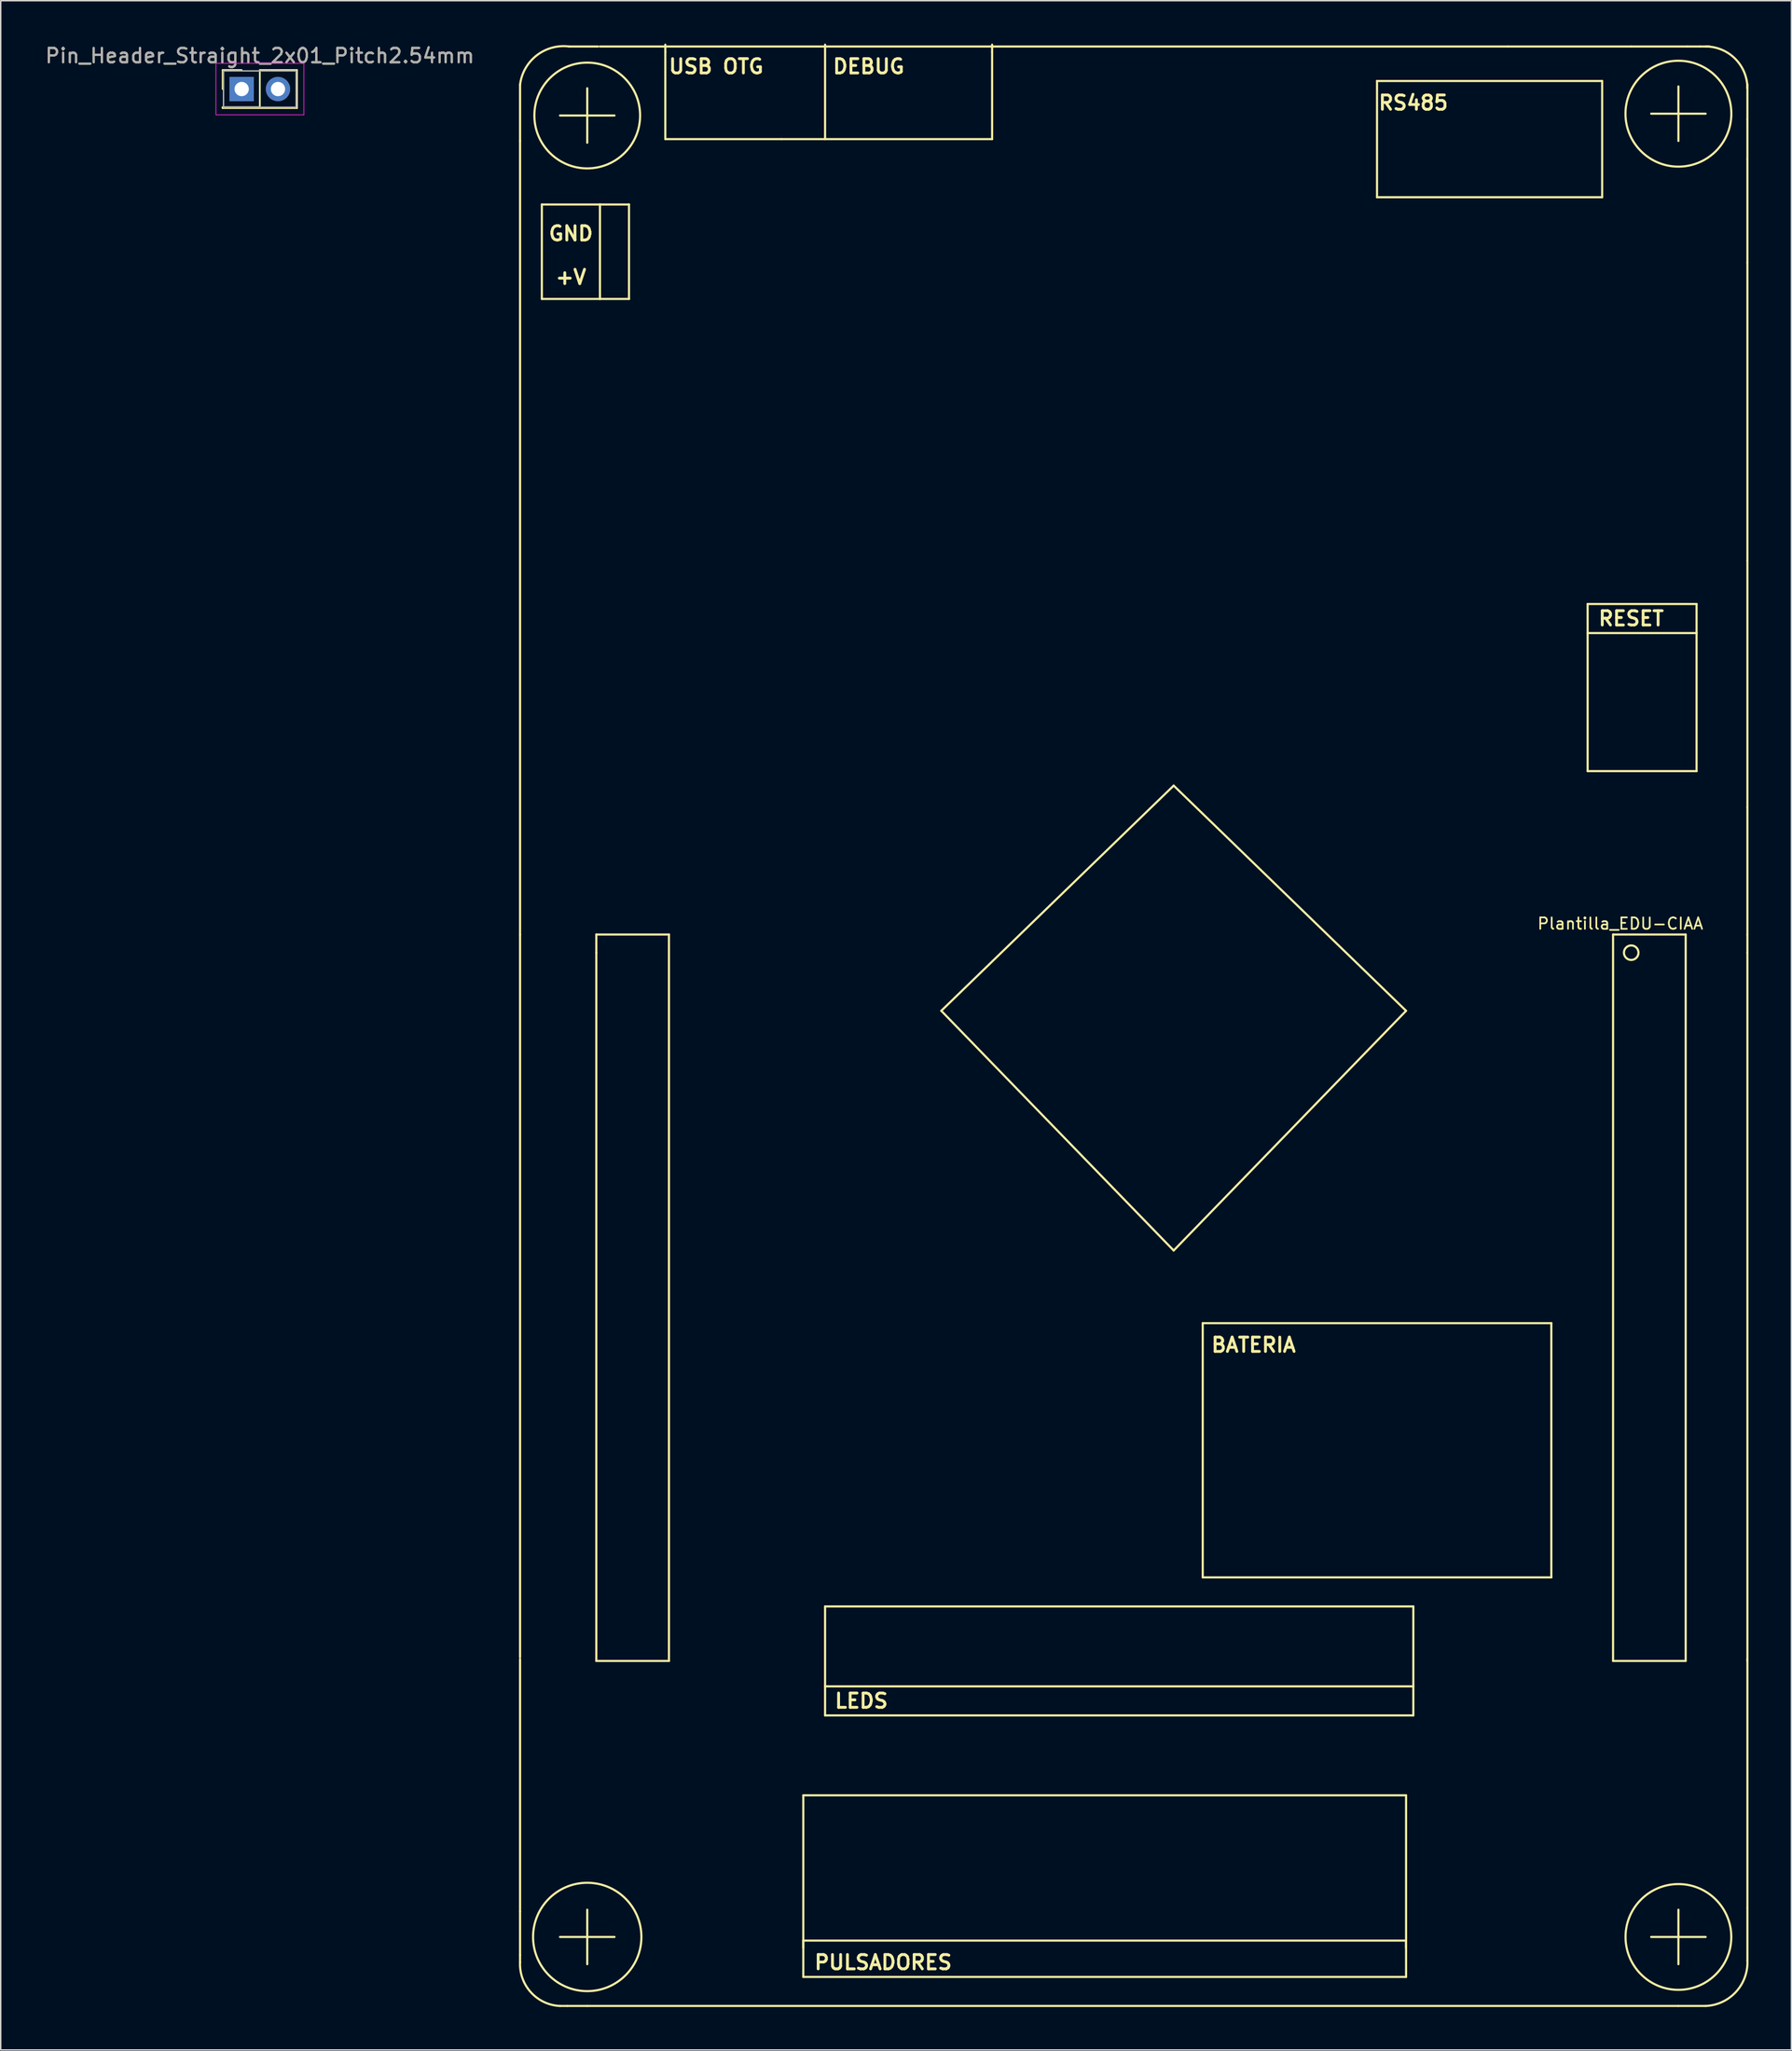
<source format=kicad_pcb>
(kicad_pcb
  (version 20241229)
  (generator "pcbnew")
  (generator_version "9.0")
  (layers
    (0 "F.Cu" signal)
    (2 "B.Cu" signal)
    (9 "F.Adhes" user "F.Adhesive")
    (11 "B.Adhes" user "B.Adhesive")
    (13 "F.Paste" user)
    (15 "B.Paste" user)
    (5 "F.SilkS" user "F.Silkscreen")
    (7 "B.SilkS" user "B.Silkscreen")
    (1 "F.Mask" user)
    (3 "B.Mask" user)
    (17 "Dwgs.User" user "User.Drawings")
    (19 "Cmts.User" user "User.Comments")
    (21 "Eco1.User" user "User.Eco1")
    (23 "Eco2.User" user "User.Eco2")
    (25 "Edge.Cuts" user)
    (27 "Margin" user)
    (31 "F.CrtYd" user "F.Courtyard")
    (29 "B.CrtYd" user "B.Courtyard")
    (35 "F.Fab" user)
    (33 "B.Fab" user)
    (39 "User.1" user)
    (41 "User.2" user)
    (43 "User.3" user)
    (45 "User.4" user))
  (footprint "Pin_Header_Straight_2x01_Pitch2.54mm"
    (layer "F.Cu")
    (at 13.855 3.178)
    (property "Reference" "Pin_Header_Straight_2x01_Pitch2.54mm" (at 1.27 -2.33 0) (layer "F.SilkS") (effects (font (size 1 1) (thickness 0.15))))
    (attr through_hole)
    (fp_line (start -1.33 -1.33) (end 0 -1.33) (stroke (width 0.12) (type solid)) (layer "F.SilkS"))
    (fp_line (start -1.33 0) (end -1.33 -1.33) (stroke (width 0.12) (type solid)) (layer "F.SilkS"))
    (fp_line (start -1.33 1.27) (end -1.33 1.33) (stroke (width 0.12) (type solid)) (layer "F.SilkS"))
    (fp_line (start -1.33 1.33) (end 3.87 1.33) (stroke (width 0.12) (type solid)) (layer "F.SilkS"))
    (fp_line (start 1.27 -1.33) (end 1.27 1.27) (stroke (width 0.12) (type solid)) (layer "F.SilkS"))
    (fp_line (start 1.27 1.27) (end -1.33 1.27) (stroke (width 0.12) (type solid)) (layer "F.SilkS"))
    (fp_line (start 3.87 -1.33) (end 1.27 -1.33) (stroke (width 0.12) (type solid)) (layer "F.SilkS"))
    (fp_line (start 3.87 1.33) (end 3.87 -1.33) (stroke (width 0.12) (type solid)) (layer "F.SilkS"))
    (fp_line (start -1.8 -1.8) (end -1.8 1.8) (stroke (width 0.05) (type solid)) (layer "F.CrtYd"))
    (fp_line (start -1.8 1.8) (end 4.35 1.8) (stroke (width 0.05) (type solid)) (layer "F.CrtYd"))
    (fp_line (start 4.35 -1.8) (end -1.8 -1.8) (stroke (width 0.05) (type solid)) (layer "F.CrtYd"))
    (fp_line (start 4.35 1.8) (end 4.35 -1.8) (stroke (width 0.05) (type solid)) (layer "F.CrtYd"))
    (fp_line (start -1.27 -1.27) (end -1.27 1.27) (stroke (width 0.1) (type solid)) (layer "F.Fab"))
    (fp_line (start -1.27 1.27) (end 3.81 1.27) (stroke (width 0.1) (type solid)) (layer "F.Fab"))
    (fp_line (start 3.81 -1.27) (end -1.27 -1.27) (stroke (width 0.1) (type solid)) (layer "F.Fab"))
    (fp_line (start 3.81 1.27) (end 3.81 -1.27) (stroke (width 0.1) (type solid)) (layer "F.Fab"))
    (fp_text user "${REFERENCE}" (at 1.27 -2.33 0) (layer "F.Fab") (effects (font (size 1 1) (thickness 0.15))))
    (pad "1" thru_hole rect (at 0 0) (size 1.7 1.7) (drill 1) (layers "*.Cu" "*.Mask"))
    (pad "2" thru_hole oval (at 2.54 0) (size 1.7 1.7) (drill 1) (layers "*.Cu" "*.Mask")))
  (footprint "Plantilla_EDU-CIAA"
    (layer "F.Cu")
    (at 111.052 63.575)
    (property "Reference" "Plantilla_EDU-CIAA" (at -0.762 -2.032 0) (layer "F.SilkS") (effects (font (size 0.8 0.8) (thickness 0.12))))
    (attr through_hole)
    (fp_line (start -77.724 -60.706) (end -77.724 -56.769) (stroke (width 0.15) (type solid)) (layer "F.SilkS"))
    (fp_line (start -77.724 -1.27) (end -77.724 -56.769) (stroke (width 0.15) (type solid)) (layer "F.SilkS"))
    (fp_line (start -77.724 49.276) (end -77.724 -1.27) (stroke (width 0.15) (type solid)) (layer "F.SilkS"))
    (fp_line (start -77.724 49.403) (end -77.724 67.056) (stroke (width 0.15) (type solid)) (layer "F.SilkS"))
    (fp_line (start -77.724 67.056) (end -77.724 70.104) (stroke (width 0.15) (type solid)) (layer "F.SilkS"))
    (fp_line (start -77.724 70.612) (end -77.724 70.104) (stroke (width 0.15) (type solid)) (layer "F.SilkS"))
    (fp_line (start -76.2 -52.324) (end -76.2 -45.72) (stroke (width 0.15) (type solid)) (layer "F.SilkS"))
    (fp_line (start -76.2 -45.72) (end -72.136 -45.72) (stroke (width 0.15) (type solid)) (layer "F.SilkS"))
    (fp_line (start -74.422 73.66) (end -74.93 73.66) (stroke (width 0.15) (type solid)) (layer "F.SilkS"))
    (fp_line (start -73.025 -58.547) (end -74.93 -58.547) (stroke (width 0.15) (type solid)) (layer "F.SilkS"))
    (fp_line (start -73.025 -58.547) (end -73.025 -60.452) (stroke (width 0.15) (type solid)) (layer "F.SilkS"))
    (fp_line (start -73.025 -58.547) (end -73.025 -56.642) (stroke (width 0.15) (type solid)) (layer "F.SilkS"))
    (fp_line (start -73.025 -58.547) (end -71.12 -58.547) (stroke (width 0.15) (type solid)) (layer "F.SilkS"))
    (fp_line (start -73.025 68.834) (end -74.93 68.834) (stroke (width 0.15) (type solid)) (layer "F.SilkS"))
    (fp_line (start -73.025 68.834) (end -73.025 66.929) (stroke (width 0.15) (type solid)) (layer "F.SilkS"))
    (fp_line (start -73.025 68.834) (end -73.025 70.739) (stroke (width 0.15) (type solid)) (layer "F.SilkS"))
    (fp_line (start -73.025 68.834) (end -71.12 68.834) (stroke (width 0.15) (type solid)) (layer "F.SilkS"))
    (fp_line (start -73.025 73.66) (end -74.422 73.66) (stroke (width 0.15) (type solid)) (layer "F.SilkS"))
    (fp_line (start -72.39 -1.27) (end -67.31 -1.27) (stroke (width 0.15) (type solid)) (layer "F.SilkS"))
    (fp_line (start -72.39 0) (end -72.39 -1.27) (stroke (width 0.15) (type solid)) (layer "F.SilkS"))
    (fp_line (start -72.39 49.53) (end -72.39 0) (stroke (width 0.15) (type solid)) (layer "F.SilkS"))
    (fp_line (start -72.263 -63.373) (end -74.295 -63.373) (stroke (width 0.15) (type solid)) (layer "F.SilkS"))
    (fp_line (start -72.136 -52.324) (end -76.2 -52.324) (stroke (width 0.15) (type solid)) (layer "F.SilkS"))
    (fp_line (start -72.136 -45.72) (end -72.136 -52.324) (stroke (width 0.15) (type solid)) (layer "F.SilkS"))
    (fp_line (start -72.136 -45.72) (end -70.104 -45.72) (stroke (width 0.15) (type solid)) (layer "F.SilkS"))
    (fp_line (start -70.104 -52.324) (end -72.136 -52.324) (stroke (width 0.15) (type solid)) (layer "F.SilkS"))
    (fp_line (start -70.104 -45.72) (end -70.104 -52.324) (stroke (width 0.15) (type solid)) (layer "F.SilkS"))
    (fp_line (start -67.564 -62.992) (end -67.564 -63.5) (stroke (width 0.15) (type solid)) (layer "F.SilkS"))
    (fp_line (start -67.564 -56.896) (end -67.564 -62.992) (stroke (width 0.15) (type solid)) (layer "F.SilkS"))
    (fp_line (start -67.564 -56.896) (end -59.436 -56.896) (stroke (width 0.15) (type solid)) (layer "F.SilkS"))
    (fp_line (start -67.31 -1.27) (end -67.31 49.53) (stroke (width 0.15) (type solid)) (layer "F.SilkS"))
    (fp_line (start -67.31 49.53) (end -72.39 49.53) (stroke (width 0.15) (type solid)) (layer "F.SilkS"))
    (fp_line (start -57.912 58.928) (end -57.912 69.596) (stroke (width 0.15) (type solid)) (layer "F.SilkS"))
    (fp_line (start -57.912 69.088) (end -15.748 69.088) (stroke (width 0.15) (type solid)) (layer "F.SilkS"))
    (fp_line (start -57.912 71.628) (end -57.912 69.088) (stroke (width 0.15) (type solid)) (layer "F.SilkS"))
    (fp_line (start -57.912 71.628) (end -15.748 71.628) (stroke (width 0.15) (type solid)) (layer "F.SilkS"))
    (fp_line (start -56.388 -56.896) (end -56.388 -63.5) (stroke (width 0.15) (type solid)) (layer "F.SilkS"))
    (fp_line (start -56.388 45.72) (end -56.388 51.308) (stroke (width 0.15) (type solid)) (layer "F.SilkS"))
    (fp_line (start -56.388 51.308) (end -15.24 51.308) (stroke (width 0.15) (type solid)) (layer "F.SilkS"))
    (fp_line (start -56.388 53.34) (end -56.388 51.308) (stroke (width 0.15) (type solid)) (layer "F.SilkS"))
    (fp_line (start -56.388 53.34) (end -15.24 53.34) (stroke (width 0.15) (type solid)) (layer "F.SilkS"))
    (fp_line (start -48.26 4.064) (end -32.004 -11.684) (stroke (width 0.15) (type solid)) (layer "F.SilkS"))
    (fp_line (start -44.704 -62.992) (end -44.704 -63.5) (stroke (width 0.15) (type solid)) (layer "F.SilkS"))
    (fp_line (start -44.704 -62.992) (end -44.704 -56.896) (stroke (width 0.15) (type solid)) (layer "F.SilkS"))
    (fp_line (start -44.704 -56.896) (end -59.436 -56.896) (stroke (width 0.15) (type solid)) (layer "F.SilkS"))
    (fp_line (start -32.004 -11.684) (end -15.748 4.064) (stroke (width 0.15) (type solid)) (layer "F.SilkS"))
    (fp_line (start -32.004 20.828) (end -48.26 4.064) (stroke (width 0.15) (type solid)) (layer "F.SilkS"))
    (fp_line (start -29.972 25.908) (end -29.972 43.688) (stroke (width 0.15) (type solid)) (layer "F.SilkS"))
    (fp_line (start -29.972 43.688) (end -5.588 43.688) (stroke (width 0.15) (type solid)) (layer "F.SilkS"))
    (fp_line (start -17.78 -60.96) (end -17.78 -52.832) (stroke (width 0.15) (type solid)) (layer "F.SilkS"))
    (fp_line (start -17.78 -52.832) (end -2.032 -52.832) (stroke (width 0.15) (type solid)) (layer "F.SilkS"))
    (fp_line (start -15.748 4.064) (end -32.004 20.828) (stroke (width 0.15) (type solid)) (layer "F.SilkS"))
    (fp_line (start -15.748 58.928) (end -57.912 58.928) (stroke (width 0.15) (type solid)) (layer "F.SilkS"))
    (fp_line (start -15.748 69.596) (end -15.748 58.928) (stroke (width 0.15) (type solid)) (layer "F.SilkS"))
    (fp_line (start -15.748 71.628) (end -15.748 69.088) (stroke (width 0.15) (type solid)) (layer "F.SilkS"))
    (fp_line (start -15.24 45.72) (end -56.388 45.72) (stroke (width 0.15) (type solid)) (layer "F.SilkS"))
    (fp_line (start -15.24 51.308) (end -15.24 45.72) (stroke (width 0.15) (type solid)) (layer "F.SilkS"))
    (fp_line (start -15.24 53.34) (end -15.24 51.308) (stroke (width 0.15) (type solid)) (layer "F.SilkS"))
    (fp_line (start -8.636 -63.373) (end -72.136 -63.373) (stroke (width 0.15) (type solid)) (layer "F.SilkS"))
    (fp_line (start -5.588 25.908) (end -29.972 25.908) (stroke (width 0.15) (type solid)) (layer "F.SilkS"))
    (fp_line (start -5.588 43.688) (end -5.588 25.908) (stroke (width 0.15) (type solid)) (layer "F.SilkS"))
    (fp_line (start -3.048 -24.384) (end -3.048 -12.7) (stroke (width 0.15) (type solid)) (layer "F.SilkS"))
    (fp_line (start -3.048 -12.7) (end 4.572 -12.7) (stroke (width 0.15) (type solid)) (layer "F.SilkS"))
    (fp_line (start -2.032 -60.96) (end -17.78 -60.96) (stroke (width 0.15) (type solid)) (layer "F.SilkS"))
    (fp_line (start -2.032 -52.832) (end -2.032 -60.96) (stroke (width 0.15) (type solid)) (layer "F.SilkS"))
    (fp_line (start -1.27 49.53) (end -1.27 -1.27) (stroke (width 0.15) (type solid)) (layer "F.SilkS"))
    (fp_line (start 0 -63.373) (end -8.636 -63.373) (stroke (width 0.15) (type solid)) (layer "F.SilkS"))
    (fp_line (start 0 -63.373) (end 3.937 -63.373) (stroke (width 0.15) (type solid)) (layer "F.SilkS"))
    (fp_line (start 3.302 -58.674) (end 1.397 -58.674) (stroke (width 0.15) (type solid)) (layer "F.SilkS"))
    (fp_line (start 3.302 -58.674) (end 3.302 -60.579) (stroke (width 0.15) (type solid)) (layer "F.SilkS"))
    (fp_line (start 3.302 -58.674) (end 3.302 -56.769) (stroke (width 0.15) (type solid)) (layer "F.SilkS"))
    (fp_line (start 3.302 -58.674) (end 5.207 -58.674) (stroke (width 0.15) (type solid)) (layer "F.SilkS"))
    (fp_line (start 3.302 68.834) (end 1.397 68.834) (stroke (width 0.15) (type solid)) (layer "F.SilkS"))
    (fp_line (start 3.302 68.834) (end 3.302 66.929) (stroke (width 0.15) (type solid)) (layer "F.SilkS"))
    (fp_line (start 3.302 68.834) (end 3.302 70.739) (stroke (width 0.15) (type solid)) (layer "F.SilkS"))
    (fp_line (start 3.302 68.834) (end 5.207 68.834) (stroke (width 0.15) (type solid)) (layer "F.SilkS"))
    (fp_line (start 3.302 73.66) (end -73.025 73.66) (stroke (width 0.15) (type solid)) (layer "F.SilkS"))
    (fp_line (start 3.302 73.66) (end 5.207 73.66) (stroke (width 0.15) (type solid)) (layer "F.SilkS"))
    (fp_line (start 3.81 -1.27) (end -1.27 -1.27) (stroke (width 0.15) (type solid)) (layer "F.SilkS"))
    (fp_line (start 3.81 49.53) (end -1.27 49.53) (stroke (width 0.15) (type solid)) (layer "F.SilkS"))
    (fp_line (start 3.81 49.53) (end 3.81 -1.27) (stroke (width 0.15) (type solid)) (layer "F.SilkS"))
    (fp_line (start 3.937 -63.373) (end 4.826 -63.373) (stroke (width 0.15) (type solid)) (layer "F.SilkS"))
    (fp_line (start 4.572 -24.384) (end -3.048 -24.384) (stroke (width 0.15) (type solid)) (layer "F.SilkS"))
    (fp_line (start 4.572 -22.352) (end -3.048 -22.352) (stroke (width 0.15) (type solid)) (layer "F.SilkS"))
    (fp_line (start 4.572 -12.7) (end 4.572 -24.384) (stroke (width 0.15) (type solid)) (layer "F.SilkS"))
    (fp_line (start 5.461 -63.373) (end 4.826 -63.373) (stroke (width 0.15) (type solid)) (layer "F.SilkS"))
    (fp_line (start 8.128 -60.706) (end 8.128 -60.452) (stroke (width 0.15) (type solid)) (layer "F.SilkS"))
    (fp_line (start 8.128 -60.579) (end 8.128 -60.706) (stroke (width 0.15) (type solid)) (layer "F.SilkS"))
    (fp_line (start 8.128 -58.293) (end 8.128 -60.579) (stroke (width 0.15) (type solid)) (layer "F.SilkS"))
    (fp_line (start 8.128 -55.499) (end 8.128 -58.293) (stroke (width 0.15) (type solid)) (layer "F.SilkS"))
    (fp_line (start 8.128 -48.26) (end 8.128 -55.499) (stroke (width 0.15) (type solid)) (layer "F.SilkS"))
    (fp_line (start 8.128 -27.432) (end 8.128 -48.26) (stroke (width 0.15) (type solid)) (layer "F.SilkS"))
    (fp_line (start 8.128 -10.16) (end 8.128 -27.432) (stroke (width 0.15) (type solid)) (layer "F.SilkS"))
    (fp_line (start 8.128 -1.27) (end 8.128 -10.16) (stroke (width 0.15) (type solid)) (layer "F.SilkS"))
    (fp_line (start 8.128 0) (end 8.128 -1.27) (stroke (width 0.15) (type solid)) (layer "F.SilkS"))
    (fp_line (start 8.128 0) (end 8.128 49.53) (stroke (width 0.15) (type solid)) (layer "F.SilkS"))
    (fp_line (start 8.128 49.403) (end 8.128 66.802) (stroke (width 0.15) (type solid)) (layer "F.SilkS"))
    (fp_line (start 8.128 66.802) (end 8.128 70.485) (stroke (width 0.15) (type solid)) (layer "F.SilkS"))
    (fp_arc (start -77.724 -60.706) (mid -76.561854 -62.749669) (end -74.295 -63.373) (stroke (width 0.15) (type solid)) (layer "F.SilkS"))
    (fp_arc (start -74.93 73.66) (mid -76.958261 72.714656) (end -77.724 70.612) (stroke (width 0.15) (type solid)) (layer "F.SilkS"))
    (fp_arc (start 5.207 -63.373) (mid 7.272459 -62.517459) (end 8.128 -60.452) (stroke (width 0.15) (type solid)) (layer "F.SilkS"))
    (fp_arc (start 8.128 70.485) (mid 7.325064 72.677459) (end 5.207 73.66) (stroke (width 0.15) (type solid)) (layer "F.SilkS"))
    (fp_circle (center -73.025 -58.547) (end -69.469 -59.563) (stroke (width 0.15) (type solid)) (fill no) (layer "F.SilkS"))
    (fp_circle (center -73.025 68.834) (end -72.136 65.151) (stroke (width 0.15) (type solid)) (fill no) (layer "F.SilkS"))
    (fp_circle (center 0 0) (end 0.508 0) (stroke (width 0.15) (type solid)) (fill no) (layer "F.SilkS"))
    (fp_circle (center 3.302 -58.674) (end 6.731 -57.277) (stroke (width 0.15) (type solid)) (fill no) (layer "F.SilkS"))
    (fp_circle (center 3.302 68.834) (end 6.858 69.85) (stroke (width 0.15) (type solid)) (fill no) (layer "F.SilkS"))
    (fp_text user "LEDS" (at -53.848 52.324 0) (layer "F.SilkS") (effects (font (size 1 1) (thickness 0.2))))
    (fp_text user "BATERIA" (at -26.416 27.432 0) (layer "F.SilkS") (effects (font (size 1 1) (thickness 0.2))))
    (fp_text user "GND" (at -74.168 -50.292 0) (layer "F.SilkS") (effects (font (size 1 1) (thickness 0.2))))
    (fp_text user "+V" (at -74.168 -47.244 0) (layer "F.SilkS") (effects (font (size 1 1) (thickness 0.2))))
    (fp_text user "RESET" (at 0 -23.368 0) (layer "F.SilkS") (effects (font (size 1 1) (thickness 0.2))))
    (fp_text user "PULSADORES" (at -52.324 70.612 0) (layer "F.SilkS") (effects (font (size 1 1) (thickness 0.2))))
    (fp_text user "RS485" (at -15.24 -59.436 0) (layer "F.SilkS") (effects (font (size 1 1) (thickness 0.2))))
    (fp_text user "USB OTG" (at -64.008 -61.976 0) (layer "F.SilkS") (effects (font (size 1 1) (thickness 0.2))))
    (fp_text user "DEBUG" (at -53.34 -61.976 0) (layer "F.SilkS") (effects (font (size 1 1) (thickness 0.2)))))
  (gr_rect
    (start -3 -3)
    (end 122.257 140.31)
    (stroke (width 0.1) (type default))
    (fill no)
    (layer "Edge.Cuts")))
</source>
